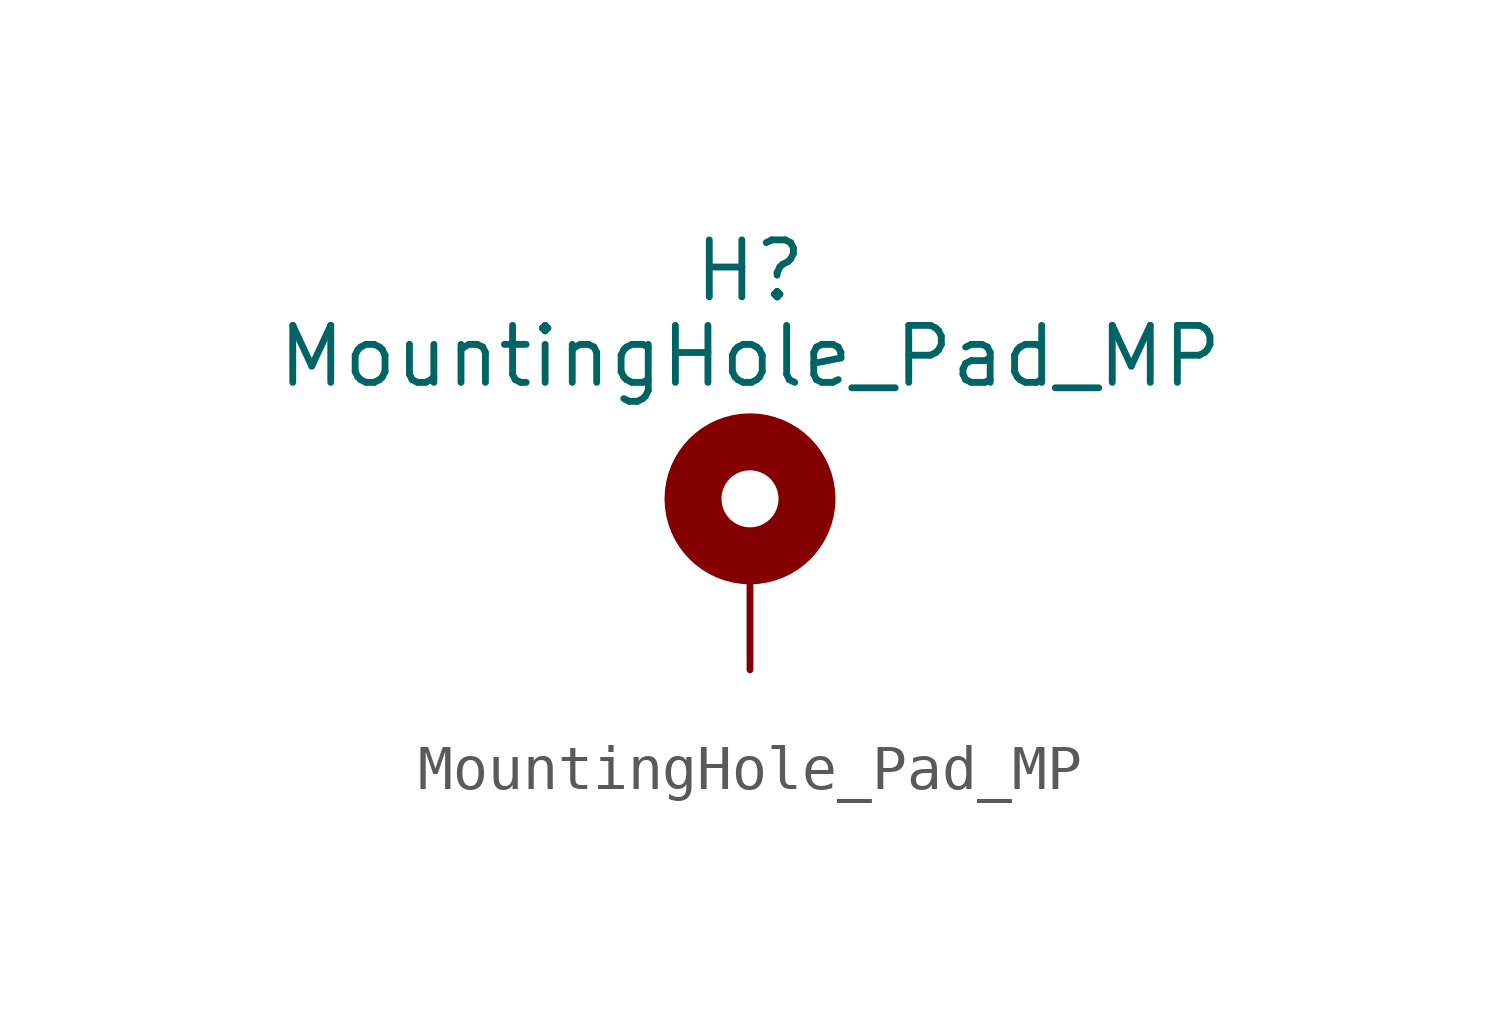
<source format=kicad_sym>
(kicad_symbol_lib
  (version 20220914)
  (generator kicad_symbol_editor)
  (symbol "MountingHole_Pad_MP"
    (pin_numbers hide)
    (pin_names
      (offset 1.016) hide)
    (property "Reference" "H"
      (at 0 6.35 0)
      (effects (font (size 1.27 1.27))))
    (property "Value" "MountingHole_Pad_MP"
      (at 0 4.445 0)
      (effects (font (size 1.27 1.27))))
    (symbol "MountingHole_Pad_MP_0_1"
      (circle (center 0 1.27) (radius 1.27) (stroke (width 1.27) (type default)) (fill (type none))))
    (symbol "MountingHole_Pad_MP_1_1"
      (pin input line (at 0 -2.54 90) (length 2.54) (name "MP" (effects (font (size 1.27 1.27)))) (number "MP" (effects (font (size 1.27 1.27))))))))
</source>
